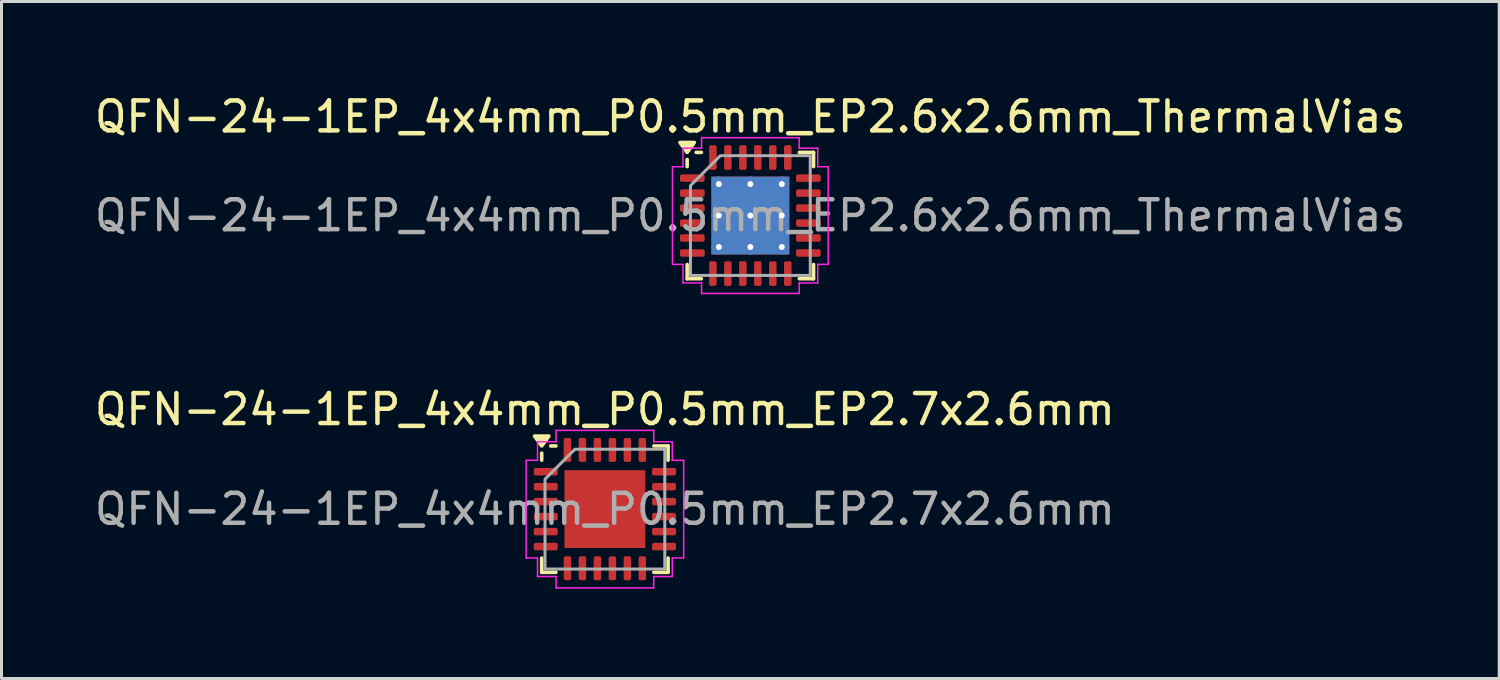
<source format=kicad_pcb>
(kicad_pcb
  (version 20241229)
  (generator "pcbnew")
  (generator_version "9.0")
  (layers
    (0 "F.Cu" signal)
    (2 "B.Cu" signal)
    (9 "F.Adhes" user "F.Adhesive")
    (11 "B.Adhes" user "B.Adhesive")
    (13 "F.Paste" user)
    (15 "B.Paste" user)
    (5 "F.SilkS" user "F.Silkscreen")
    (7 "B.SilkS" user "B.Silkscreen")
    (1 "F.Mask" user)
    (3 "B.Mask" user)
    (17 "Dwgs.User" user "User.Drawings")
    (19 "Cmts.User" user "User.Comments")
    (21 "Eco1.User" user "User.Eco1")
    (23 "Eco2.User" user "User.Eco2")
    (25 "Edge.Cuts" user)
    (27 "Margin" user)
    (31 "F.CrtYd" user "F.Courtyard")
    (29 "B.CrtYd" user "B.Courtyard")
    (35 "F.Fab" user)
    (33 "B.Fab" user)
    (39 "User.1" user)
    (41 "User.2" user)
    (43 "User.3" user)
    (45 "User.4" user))
  (footprint "QFN-24-1EP_4x4mm_P0.5mm_EP2.6x2.6mm_ThermalVias"
    (layer "F.Cu")
    (at 22.006 4.148)
    (property "Reference" "QFN-24-1EP_4x4mm_P0.5mm_EP2.6x2.6mm_ThermalVias" (at 0 -3.3 0) (layer "F.SilkS") (effects (font (size 1 1) (thickness 0.15))))
    (attr smd)
    (fp_line (start -2.11 -1.635) (end -2.11 -1.87) (stroke (width 0.12) (type solid)) (layer "F.SilkS"))
    (fp_line (start -2.11 2.11) (end -2.11 1.635) (stroke (width 0.12) (type solid)) (layer "F.SilkS"))
    (fp_line (start -1.635 -2.11) (end -1.81 -2.11) (stroke (width 0.12) (type solid)) (layer "F.SilkS"))
    (fp_line (start -1.635 2.11) (end -2.11 2.11) (stroke (width 0.12) (type solid)) (layer "F.SilkS"))
    (fp_line (start 1.635 -2.11) (end 2.11 -2.11) (stroke (width 0.12) (type solid)) (layer "F.SilkS"))
    (fp_line (start 1.635 2.11) (end 2.11 2.11) (stroke (width 0.12) (type solid)) (layer "F.SilkS"))
    (fp_line (start 2.11 -2.11) (end 2.11 -1.635) (stroke (width 0.12) (type solid)) (layer "F.SilkS"))
    (fp_line (start 2.11 2.11) (end 2.11 1.635) (stroke (width 0.12) (type solid)) (layer "F.SilkS"))
    (fp_poly (pts (xy -2.11 -2.11) (xy -2.35 -2.44) (xy -1.87 -2.44)) (stroke (width 0.12) (type solid)) (fill yes) (layer "F.SilkS"))
    (fp_line (start -2.6 -1.63) (end -2.25 -1.63) (stroke (width 0.05) (type solid)) (layer "F.CrtYd"))
    (fp_line (start -2.6 1.63) (end -2.6 -1.63) (stroke (width 0.05) (type solid)) (layer "F.CrtYd"))
    (fp_line (start -2.25 -2.25) (end -1.63 -2.25) (stroke (width 0.05) (type solid)) (layer "F.CrtYd"))
    (fp_line (start -2.25 -1.63) (end -2.25 -2.25) (stroke (width 0.05) (type solid)) (layer "F.CrtYd"))
    (fp_line (start -2.25 1.63) (end -2.6 1.63) (stroke (width 0.05) (type solid)) (layer "F.CrtYd"))
    (fp_line (start -2.25 2.25) (end -2.25 1.63) (stroke (width 0.05) (type solid)) (layer "F.CrtYd"))
    (fp_line (start -1.63 -2.6) (end 1.63 -2.6) (stroke (width 0.05) (type solid)) (layer "F.CrtYd"))
    (fp_line (start -1.63 -2.25) (end -1.63 -2.6) (stroke (width 0.05) (type solid)) (layer "F.CrtYd"))
    (fp_line (start -1.63 2.25) (end -2.25 2.25) (stroke (width 0.05) (type solid)) (layer "F.CrtYd"))
    (fp_line (start -1.63 2.6) (end -1.63 2.25) (stroke (width 0.05) (type solid)) (layer "F.CrtYd"))
    (fp_line (start 1.63 -2.6) (end 1.63 -2.25) (stroke (width 0.05) (type solid)) (layer "F.CrtYd"))
    (fp_line (start 1.63 -2.25) (end 2.25 -2.25) (stroke (width 0.05) (type solid)) (layer "F.CrtYd"))
    (fp_line (start 1.63 2.25) (end 1.63 2.6) (stroke (width 0.05) (type solid)) (layer "F.CrtYd"))
    (fp_line (start 1.63 2.6) (end -1.63 2.6) (stroke (width 0.05) (type solid)) (layer "F.CrtYd"))
    (fp_line (start 2.25 -2.25) (end 2.25 -1.63) (stroke (width 0.05) (type solid)) (layer "F.CrtYd"))
    (fp_line (start 2.25 -1.63) (end 2.6 -1.63) (stroke (width 0.05) (type solid)) (layer "F.CrtYd"))
    (fp_line (start 2.25 1.63) (end 2.25 2.25) (stroke (width 0.05) (type solid)) (layer "F.CrtYd"))
    (fp_line (start 2.25 2.25) (end 1.63 2.25) (stroke (width 0.05) (type solid)) (layer "F.CrtYd"))
    (fp_line (start 2.6 -1.63) (end 2.6 1.63) (stroke (width 0.05) (type solid)) (layer "F.CrtYd"))
    (fp_line (start 2.6 1.63) (end 2.25 1.63) (stroke (width 0.05) (type solid)) (layer "F.CrtYd"))
    (fp_poly (pts (xy -2 -1) (xy -2 2) (xy 2 2) (xy 2 -2) (xy -1 -2)) (stroke (width 0.1) (type solid)) (fill no) (layer "F.Fab"))
    (fp_text user "${REFERENCE}" (at 0 0 0) (layer "F.Fab") (effects (font (size 1 1) (thickness 0.15))))
    (pad "" smd roundrect (at -0.65 -0.65) (size 1.13 1.13) (layers "F.Paste") (roundrect_rratio 0.221))
    (pad "" smd roundrect (at -0.65 0.65) (size 1.13 1.13) (layers "F.Paste") (roundrect_rratio 0.221))
    (pad "" smd roundrect (at 0.65 -0.65) (size 1.13 1.13) (layers "F.Paste") (roundrect_rratio 0.221))
    (pad "" smd roundrect (at 0.65 0.65) (size 1.13 1.13) (layers "F.Paste") (roundrect_rratio 0.221))
    (pad "1" smd roundrect (at -1.938 -1.25) (size 0.825 0.25) (layers "F.Cu" "F.Mask" "F.Paste") (roundrect_rratio 0.25))
    (pad "2" smd roundrect (at -1.938 -0.75) (size 0.825 0.25) (layers "F.Cu" "F.Mask" "F.Paste") (roundrect_rratio 0.25))
    (pad "3" smd roundrect (at -1.938 -0.25) (size 0.825 0.25) (layers "F.Cu" "F.Mask" "F.Paste") (roundrect_rratio 0.25))
    (pad "4" smd roundrect (at -1.938 0.25) (size 0.825 0.25) (layers "F.Cu" "F.Mask" "F.Paste") (roundrect_rratio 0.25))
    (pad "5" smd roundrect (at -1.938 0.75) (size 0.825 0.25) (layers "F.Cu" "F.Mask" "F.Paste") (roundrect_rratio 0.25))
    (pad "6" smd roundrect (at -1.938 1.25) (size 0.825 0.25) (layers "F.Cu" "F.Mask" "F.Paste") (roundrect_rratio 0.25))
    (pad "7" smd roundrect (at -1.25 1.938) (size 0.25 0.825) (layers "F.Cu" "F.Mask" "F.Paste") (roundrect_rratio 0.25))
    (pad "8" smd roundrect (at -0.75 1.938) (size 0.25 0.825) (layers "F.Cu" "F.Mask" "F.Paste") (roundrect_rratio 0.25))
    (pad "9" smd roundrect (at -0.25 1.938) (size 0.25 0.825) (layers "F.Cu" "F.Mask" "F.Paste") (roundrect_rratio 0.25))
    (pad "10" smd roundrect (at 0.25 1.938) (size 0.25 0.825) (layers "F.Cu" "F.Mask" "F.Paste") (roundrect_rratio 0.25))
    (pad "11" smd roundrect (at 0.75 1.938) (size 0.25 0.825) (layers "F.Cu" "F.Mask" "F.Paste") (roundrect_rratio 0.25))
    (pad "12" smd roundrect (at 1.25 1.938) (size 0.25 0.825) (layers "F.Cu" "F.Mask" "F.Paste") (roundrect_rratio 0.25))
    (pad "13" smd roundrect (at 1.938 1.25) (size 0.825 0.25) (layers "F.Cu" "F.Mask" "F.Paste") (roundrect_rratio 0.25))
    (pad "14" smd roundrect (at 1.938 0.75) (size 0.825 0.25) (layers "F.Cu" "F.Mask" "F.Paste") (roundrect_rratio 0.25))
    (pad "15" smd roundrect (at 1.938 0.25) (size 0.825 0.25) (layers "F.Cu" "F.Mask" "F.Paste") (roundrect_rratio 0.25))
    (pad "16" smd roundrect (at 1.938 -0.25) (size 0.825 0.25) (layers "F.Cu" "F.Mask" "F.Paste") (roundrect_rratio 0.25))
    (pad "17" smd roundrect (at 1.938 -0.75) (size 0.825 0.25) (layers "F.Cu" "F.Mask" "F.Paste") (roundrect_rratio 0.25))
    (pad "18" smd roundrect (at 1.938 -1.25) (size 0.825 0.25) (layers "F.Cu" "F.Mask" "F.Paste") (roundrect_rratio 0.25))
    (pad "19" smd roundrect (at 1.25 -1.938) (size 0.25 0.825) (layers "F.Cu" "F.Mask" "F.Paste") (roundrect_rratio 0.25))
    (pad "20" smd roundrect (at 0.75 -1.938) (size 0.25 0.825) (layers "F.Cu" "F.Mask" "F.Paste") (roundrect_rratio 0.25))
    (pad "21" smd roundrect (at 0.25 -1.938) (size 0.25 0.825) (layers "F.Cu" "F.Mask" "F.Paste") (roundrect_rratio 0.25))
    (pad "22" smd roundrect (at -0.25 -1.938) (size 0.25 0.825) (layers "F.Cu" "F.Mask" "F.Paste") (roundrect_rratio 0.25))
    (pad "23" smd roundrect (at -0.75 -1.938) (size 0.25 0.825) (layers "F.Cu" "F.Mask" "F.Paste") (roundrect_rratio 0.25))
    (pad "24" smd roundrect (at -1.25 -1.938) (size 0.25 0.825) (layers "F.Cu" "F.Mask" "F.Paste") (roundrect_rratio 0.25))
    (pad "25" thru_hole circle (at -1.05 -1.05) (size 0.5 0.5) (drill 0.2) (property pad_prop_heatsink) (layers "*.Cu"))
    (pad "25" thru_hole circle (at -1.05 0) (size 0.5 0.5) (drill 0.2) (property pad_prop_heatsink) (layers "*.Cu"))
    (pad "25" thru_hole circle (at -1.05 1.05) (size 0.5 0.5) (drill 0.2) (property pad_prop_heatsink) (layers "*.Cu"))
    (pad "25" thru_hole circle (at 0 -1.05) (size 0.5 0.5) (drill 0.2) (property pad_prop_heatsink) (layers "*.Cu"))
    (pad "25" thru_hole circle (at 0 0) (size 0.5 0.5) (drill 0.2) (property pad_prop_heatsink) (layers "*.Cu"))
    (pad "25" smd rect (at 0 0) (size 2.6 2.6) (property pad_prop_heatsink) (layers "F.Cu" "F.Mask"))
    (pad "25" smd rect (at 0 0) (size 2.6 2.6) (property pad_prop_heatsink) (layers "B.Cu"))
    (pad "25" thru_hole circle (at 0 1.05) (size 0.5 0.5) (drill 0.2) (property pad_prop_heatsink) (layers "*.Cu"))
    (pad "25" thru_hole circle (at 1.05 -1.05) (size 0.5 0.5) (drill 0.2) (property pad_prop_heatsink) (layers "*.Cu"))
    (pad "25" thru_hole circle (at 1.05 0) (size 0.5 0.5) (drill 0.2) (property pad_prop_heatsink) (layers "*.Cu"))
    (pad "25" thru_hole circle (at 1.05 1.05) (size 0.5 0.5) (drill 0.2) (property pad_prop_heatsink) (layers "*.Cu")))
  (footprint "QFN-24-1EP_4x4mm_P0.5mm_EP2.7x2.6mm"
    (layer "F.Cu")
    (at 17.149 13.951)
    (property "Reference" "QFN-24-1EP_4x4mm_P0.5mm_EP2.7x2.6mm" (at 0 -3.33 0) (layer "F.SilkS") (effects (font (size 1 1) (thickness 0.15))))
    (attr smd)
    (fp_line (start -2.11 -1.635) (end -2.11 -1.87) (stroke (width 0.12) (type solid)) (layer "F.SilkS"))
    (fp_line (start -2.11 2.11) (end -2.11 1.635) (stroke (width 0.12) (type solid)) (layer "F.SilkS"))
    (fp_line (start -1.635 -2.11) (end -1.81 -2.11) (stroke (width 0.12) (type solid)) (layer "F.SilkS"))
    (fp_line (start -1.635 2.11) (end -2.11 2.11) (stroke (width 0.12) (type solid)) (layer "F.SilkS"))
    (fp_line (start 1.635 -2.11) (end 2.11 -2.11) (stroke (width 0.12) (type solid)) (layer "F.SilkS"))
    (fp_line (start 1.635 2.11) (end 2.11 2.11) (stroke (width 0.12) (type solid)) (layer "F.SilkS"))
    (fp_line (start 2.11 -2.11) (end 2.11 -1.635) (stroke (width 0.12) (type solid)) (layer "F.SilkS"))
    (fp_line (start 2.11 2.11) (end 2.11 1.635) (stroke (width 0.12) (type solid)) (layer "F.SilkS"))
    (fp_poly (pts (xy -2.11 -2.11) (xy -2.35 -2.44) (xy -1.87 -2.44)) (stroke (width 0.12) (type solid)) (fill yes) (layer "F.SilkS"))
    (fp_line (start -2.63 -1.63) (end -2.25 -1.63) (stroke (width 0.05) (type solid)) (layer "F.CrtYd"))
    (fp_line (start -2.63 1.63) (end -2.63 -1.63) (stroke (width 0.05) (type solid)) (layer "F.CrtYd"))
    (fp_line (start -2.25 -2.25) (end -1.63 -2.25) (stroke (width 0.05) (type solid)) (layer "F.CrtYd"))
    (fp_line (start -2.25 -1.63) (end -2.25 -2.25) (stroke (width 0.05) (type solid)) (layer "F.CrtYd"))
    (fp_line (start -2.25 1.63) (end -2.63 1.63) (stroke (width 0.05) (type solid)) (layer "F.CrtYd"))
    (fp_line (start -2.25 2.25) (end -2.25 1.63) (stroke (width 0.05) (type solid)) (layer "F.CrtYd"))
    (fp_line (start -1.63 -2.63) (end 1.63 -2.63) (stroke (width 0.05) (type solid)) (layer "F.CrtYd"))
    (fp_line (start -1.63 -2.25) (end -1.63 -2.63) (stroke (width 0.05) (type solid)) (layer "F.CrtYd"))
    (fp_line (start -1.63 2.25) (end -2.25 2.25) (stroke (width 0.05) (type solid)) (layer "F.CrtYd"))
    (fp_line (start -1.63 2.63) (end -1.63 2.25) (stroke (width 0.05) (type solid)) (layer "F.CrtYd"))
    (fp_line (start 1.63 -2.63) (end 1.63 -2.25) (stroke (width 0.05) (type solid)) (layer "F.CrtYd"))
    (fp_line (start 1.63 -2.25) (end 2.25 -2.25) (stroke (width 0.05) (type solid)) (layer "F.CrtYd"))
    (fp_line (start 1.63 2.25) (end 1.63 2.63) (stroke (width 0.05) (type solid)) (layer "F.CrtYd"))
    (fp_line (start 1.63 2.63) (end -1.63 2.63) (stroke (width 0.05) (type solid)) (layer "F.CrtYd"))
    (fp_line (start 2.25 -2.25) (end 2.25 -1.63) (stroke (width 0.05) (type solid)) (layer "F.CrtYd"))
    (fp_line (start 2.25 -1.63) (end 2.63 -1.63) (stroke (width 0.05) (type solid)) (layer "F.CrtYd"))
    (fp_line (start 2.25 1.63) (end 2.25 2.25) (stroke (width 0.05) (type solid)) (layer "F.CrtYd"))
    (fp_line (start 2.25 2.25) (end 1.63 2.25) (stroke (width 0.05) (type solid)) (layer "F.CrtYd"))
    (fp_line (start 2.63 -1.63) (end 2.63 1.63) (stroke (width 0.05) (type solid)) (layer "F.CrtYd"))
    (fp_line (start 2.63 1.63) (end 2.25 1.63) (stroke (width 0.05) (type solid)) (layer "F.CrtYd"))
    (fp_poly (pts (xy -2 -1) (xy -2 2) (xy 2 2) (xy 2 -2) (xy -1 -2)) (stroke (width 0.1) (type solid)) (fill no) (layer "F.Fab"))
    (fp_text user "${REFERENCE}" (at 0 0 0) (layer "F.Fab") (effects (font (size 1 1) (thickness 0.15))))
    (pad "" smd roundrect (at -0.675 -0.65) (size 1.09 1.05) (layers "F.Paste") (roundrect_rratio 0.238))
    (pad "" smd roundrect (at -0.675 0.65) (size 1.09 1.05) (layers "F.Paste") (roundrect_rratio 0.238))
    (pad "" smd roundrect (at 0.675 -0.65) (size 1.09 1.05) (layers "F.Paste") (roundrect_rratio 0.238))
    (pad "" smd roundrect (at 0.675 0.65) (size 1.09 1.05) (layers "F.Paste") (roundrect_rratio 0.238))
    (pad "1" smd roundrect (at -1.975 -1.25) (size 0.8 0.25) (layers "F.Cu" "F.Mask" "F.Paste") (roundrect_rratio 0.25))
    (pad "2" smd roundrect (at -1.975 -0.75) (size 0.8 0.25) (layers "F.Cu" "F.Mask" "F.Paste") (roundrect_rratio 0.25))
    (pad "3" smd roundrect (at -1.975 -0.25) (size 0.8 0.25) (layers "F.Cu" "F.Mask" "F.Paste") (roundrect_rratio 0.25))
    (pad "4" smd roundrect (at -1.975 0.25) (size 0.8 0.25) (layers "F.Cu" "F.Mask" "F.Paste") (roundrect_rratio 0.25))
    (pad "5" smd roundrect (at -1.975 0.75) (size 0.8 0.25) (layers "F.Cu" "F.Mask" "F.Paste") (roundrect_rratio 0.25))
    (pad "6" smd roundrect (at -1.975 1.25) (size 0.8 0.25) (layers "F.Cu" "F.Mask" "F.Paste") (roundrect_rratio 0.25))
    (pad "7" smd roundrect (at -1.25 1.975) (size 0.25 0.8) (layers "F.Cu" "F.Mask" "F.Paste") (roundrect_rratio 0.25))
    (pad "8" smd roundrect (at -0.75 1.975) (size 0.25 0.8) (layers "F.Cu" "F.Mask" "F.Paste") (roundrect_rratio 0.25))
    (pad "9" smd roundrect (at -0.25 1.975) (size 0.25 0.8) (layers "F.Cu" "F.Mask" "F.Paste") (roundrect_rratio 0.25))
    (pad "10" smd roundrect (at 0.25 1.975) (size 0.25 0.8) (layers "F.Cu" "F.Mask" "F.Paste") (roundrect_rratio 0.25))
    (pad "11" smd roundrect (at 0.75 1.975) (size 0.25 0.8) (layers "F.Cu" "F.Mask" "F.Paste") (roundrect_rratio 0.25))
    (pad "12" smd roundrect (at 1.25 1.975) (size 0.25 0.8) (layers "F.Cu" "F.Mask" "F.Paste") (roundrect_rratio 0.25))
    (pad "13" smd roundrect (at 1.975 1.25) (size 0.8 0.25) (layers "F.Cu" "F.Mask" "F.Paste") (roundrect_rratio 0.25))
    (pad "14" smd roundrect (at 1.975 0.75) (size 0.8 0.25) (layers "F.Cu" "F.Mask" "F.Paste") (roundrect_rratio 0.25))
    (pad "15" smd roundrect (at 1.975 0.25) (size 0.8 0.25) (layers "F.Cu" "F.Mask" "F.Paste") (roundrect_rratio 0.25))
    (pad "16" smd roundrect (at 1.975 -0.25) (size 0.8 0.25) (layers "F.Cu" "F.Mask" "F.Paste") (roundrect_rratio 0.25))
    (pad "17" smd roundrect (at 1.975 -0.75) (size 0.8 0.25) (layers "F.Cu" "F.Mask" "F.Paste") (roundrect_rratio 0.25))
    (pad "18" smd roundrect (at 1.975 -1.25) (size 0.8 0.25) (layers "F.Cu" "F.Mask" "F.Paste") (roundrect_rratio 0.25))
    (pad "19" smd roundrect (at 1.25 -1.975) (size 0.25 0.8) (layers "F.Cu" "F.Mask" "F.Paste") (roundrect_rratio 0.25))
    (pad "20" smd roundrect (at 0.75 -1.975) (size 0.25 0.8) (layers "F.Cu" "F.Mask" "F.Paste") (roundrect_rratio 0.25))
    (pad "21" smd roundrect (at 0.25 -1.975) (size 0.25 0.8) (layers "F.Cu" "F.Mask" "F.Paste") (roundrect_rratio 0.25))
    (pad "22" smd roundrect (at -0.25 -1.975) (size 0.25 0.8) (layers "F.Cu" "F.Mask" "F.Paste") (roundrect_rratio 0.25))
    (pad "23" smd roundrect (at -0.75 -1.975) (size 0.25 0.8) (layers "F.Cu" "F.Mask" "F.Paste") (roundrect_rratio 0.25))
    (pad "24" smd roundrect (at -1.25 -1.975) (size 0.25 0.8) (layers "F.Cu" "F.Mask" "F.Paste") (roundrect_rratio 0.25))
    (pad "25" smd rect (at 0 0) (size 2.7 2.6) (property pad_prop_heatsink) (layers "F.Cu" "F.Mask")))
  (gr_rect
    (start -3 -3)
    (end 47.012 19.607)
    (stroke (width 0.1) (type default))
    (fill no)
    (layer "Edge.Cuts")))
</source>
